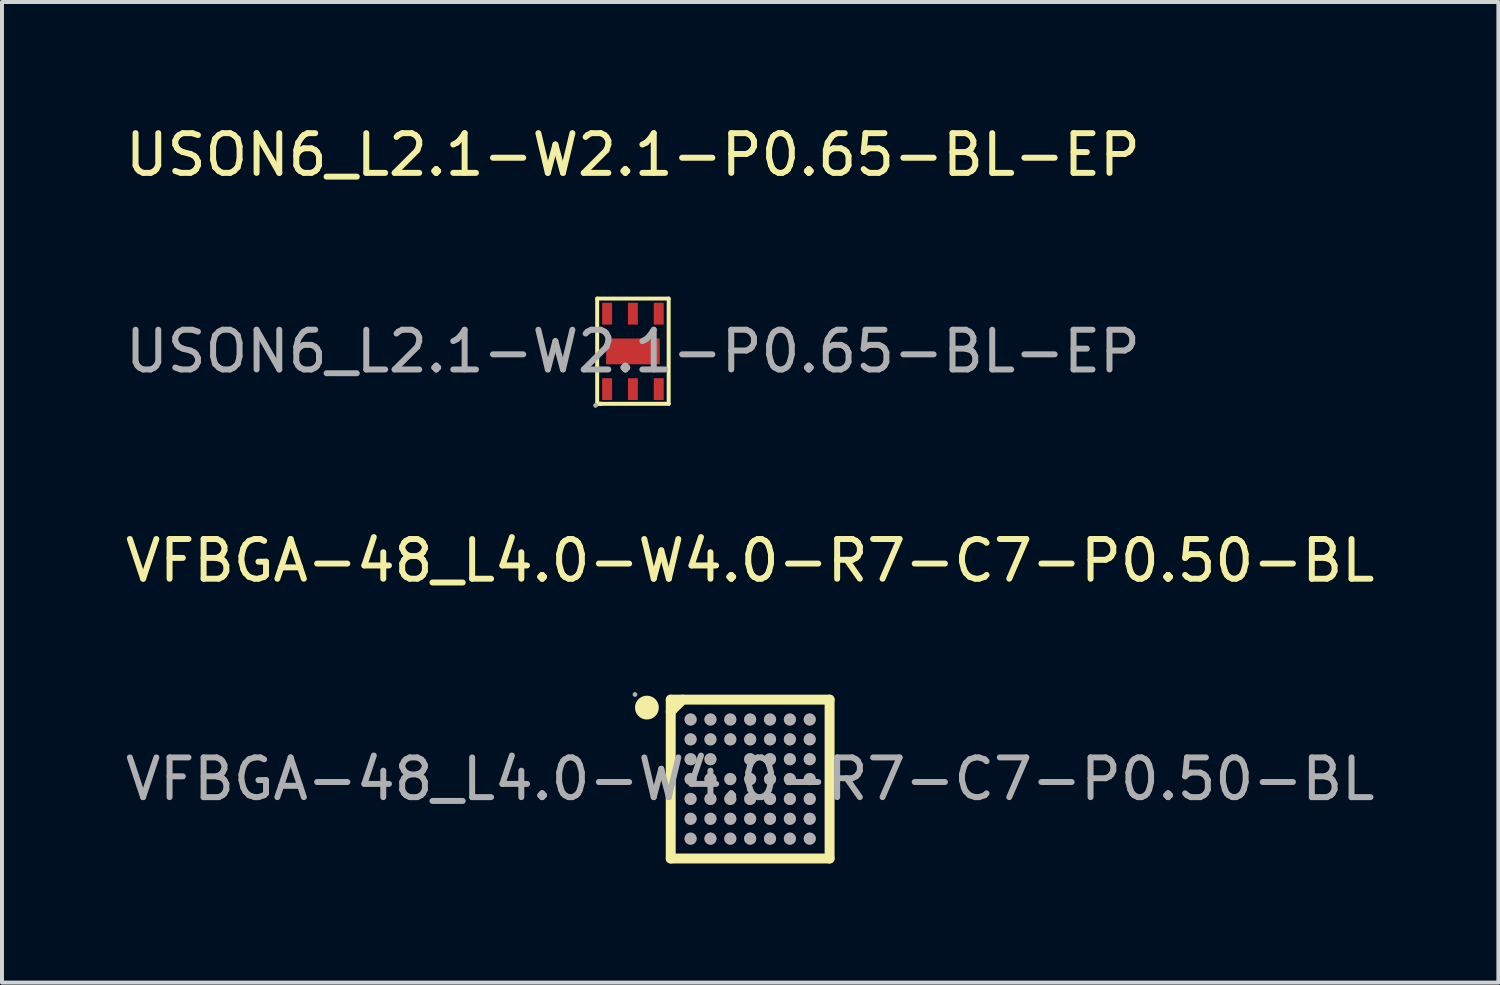
<source format=kicad_pcb>
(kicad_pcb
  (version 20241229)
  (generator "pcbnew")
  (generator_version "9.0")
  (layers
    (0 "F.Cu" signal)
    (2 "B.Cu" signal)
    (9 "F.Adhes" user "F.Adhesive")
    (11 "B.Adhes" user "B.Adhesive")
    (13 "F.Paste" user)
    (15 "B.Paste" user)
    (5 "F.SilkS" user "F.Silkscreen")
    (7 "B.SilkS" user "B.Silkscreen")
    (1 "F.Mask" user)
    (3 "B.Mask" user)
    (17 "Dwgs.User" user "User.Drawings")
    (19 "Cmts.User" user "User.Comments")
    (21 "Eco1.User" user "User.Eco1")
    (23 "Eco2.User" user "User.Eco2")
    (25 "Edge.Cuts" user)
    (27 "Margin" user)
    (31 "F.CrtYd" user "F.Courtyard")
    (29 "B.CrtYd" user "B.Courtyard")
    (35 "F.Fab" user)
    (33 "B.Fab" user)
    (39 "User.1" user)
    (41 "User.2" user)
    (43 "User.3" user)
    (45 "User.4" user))
  (footprint "VFBGA-48_L4.0-W4.0-R7-C7-P0.50-BL"
    (layer "F.Cu")
    (at 15.839 16.567)
    (property "Reference" "VFBGA-48_L4.0-W4.0-R7-C7-P0.50-BL" (at 0 -5.5 0) (layer "F.SilkS") (effects (font (size 1 1) (thickness 0.15))))
    (attr through_hole)
    (fp_line (start -2 -2) (end 2 -2) (stroke (width 0.25) (type solid)) (layer "F.SilkS"))
    (fp_line (start -2 -1.7) (end -1.7 -2) (stroke (width 0.25) (type solid)) (layer "F.SilkS"))
    (fp_line (start -2 2) (end -2 -2) (stroke (width 0.25) (type solid)) (layer "F.SilkS"))
    (fp_line (start 2 -2) (end 2 2) (stroke (width 0.25) (type solid)) (layer "F.SilkS"))
    (fp_line (start 2 2) (end -2 2) (stroke (width 0.25) (type solid)) (layer "F.SilkS"))
    (fp_arc (start -2.45 -1.79) (mid -2.75025 -1.804995) (end -2.449667 -1.800016) (stroke (width 0.3) (type solid)) (layer "F.SilkS"))
    (fp_circle (center -2.9 -2.13) (end -2.87 -2.13) (stroke (width 0.06) (type solid)) (fill no) (layer "F.Fab"))
    (fp_circle (center -1.5 -1.5) (end -1.42 -1.5) (stroke (width 0.15) (type solid)) (fill no) (layer "F.Fab"))
    (fp_circle (center -1.5 -1) (end -1.42 -1) (stroke (width 0.15) (type solid)) (fill no) (layer "F.Fab"))
    (fp_circle (center -1.5 -0.5) (end -1.42 -0.5) (stroke (width 0.15) (type solid)) (fill no) (layer "F.Fab"))
    (fp_circle (center -1.5 0) (end -1.42 0) (stroke (width 0.15) (type solid)) (fill no) (layer "F.Fab"))
    (fp_circle (center -1.5 0.5) (end -1.42 0.5) (stroke (width 0.15) (type solid)) (fill no) (layer "F.Fab"))
    (fp_circle (center -1.5 1) (end -1.42 1) (stroke (width 0.15) (type solid)) (fill no) (layer "F.Fab"))
    (fp_circle (center -1.5 1.5) (end -1.42 1.5) (stroke (width 0.15) (type solid)) (fill no) (layer "F.Fab"))
    (fp_circle (center -1 -1.5) (end -0.92 -1.5) (stroke (width 0.15) (type solid)) (fill no) (layer "F.Fab"))
    (fp_circle (center -1 -1) (end -0.92 -1) (stroke (width 0.15) (type solid)) (fill no) (layer "F.Fab"))
    (fp_circle (center -1 -0.5) (end -0.92 -0.5) (stroke (width 0.15) (type solid)) (fill no) (layer "F.Fab"))
    (fp_circle (center -1 0) (end -0.92 0) (stroke (width 0.15) (type solid)) (fill no) (layer "F.Fab"))
    (fp_circle (center -1 0.5) (end -0.92 0.5) (stroke (width 0.15) (type solid)) (fill no) (layer "F.Fab"))
    (fp_circle (center -1 1) (end -0.92 1) (stroke (width 0.15) (type solid)) (fill no) (layer "F.Fab"))
    (fp_circle (center -1 1.5) (end -0.92 1.5) (stroke (width 0.15) (type solid)) (fill no) (layer "F.Fab"))
    (fp_circle (center -0.5 -1.5) (end -0.42 -1.5) (stroke (width 0.15) (type solid)) (fill no) (layer "F.Fab"))
    (fp_circle (center -0.5 -1) (end -0.42 -1) (stroke (width 0.15) (type solid)) (fill no) (layer "F.Fab"))
    (fp_circle (center -0.5 0) (end -0.42 0) (stroke (width 0.15) (type solid)) (fill no) (layer "F.Fab"))
    (fp_circle (center -0.5 0.5) (end -0.42 0.5) (stroke (width 0.15) (type solid)) (fill no) (layer "F.Fab"))
    (fp_circle (center -0.5 1) (end -0.42 1) (stroke (width 0.15) (type solid)) (fill no) (layer "F.Fab"))
    (fp_circle (center -0.5 1.5) (end -0.42 1.5) (stroke (width 0.15) (type solid)) (fill no) (layer "F.Fab"))
    (fp_circle (center 0 -1.5) (end 0.08 -1.5) (stroke (width 0.15) (type solid)) (fill no) (layer "F.Fab"))
    (fp_circle (center 0 -1) (end 0.08 -1) (stroke (width 0.15) (type solid)) (fill no) (layer "F.Fab"))
    (fp_circle (center 0 -0.5) (end 0.08 -0.5) (stroke (width 0.15) (type solid)) (fill no) (layer "F.Fab"))
    (fp_circle (center 0 0) (end 0.08 0) (stroke (width 0.15) (type solid)) (fill no) (layer "F.Fab"))
    (fp_circle (center 0 0.5) (end 0.08 0.5) (stroke (width 0.15) (type solid)) (fill no) (layer "F.Fab"))
    (fp_circle (center 0 1) (end 0.08 1) (stroke (width 0.15) (type solid)) (fill no) (layer "F.Fab"))
    (fp_circle (center 0 1.5) (end 0.08 1.5) (stroke (width 0.15) (type solid)) (fill no) (layer "F.Fab"))
    (fp_circle (center 0.5 -1.5) (end 0.58 -1.5) (stroke (width 0.15) (type solid)) (fill no) (layer "F.Fab"))
    (fp_circle (center 0.5 -1) (end 0.58 -1) (stroke (width 0.15) (type solid)) (fill no) (layer "F.Fab"))
    (fp_circle (center 0.5 -0.5) (end 0.58 -0.5) (stroke (width 0.15) (type solid)) (fill no) (layer "F.Fab"))
    (fp_circle (center 0.5 0) (end 0.58 0) (stroke (width 0.15) (type solid)) (fill no) (layer "F.Fab"))
    (fp_circle (center 0.5 0.5) (end 0.58 0.5) (stroke (width 0.15) (type solid)) (fill no) (layer "F.Fab"))
    (fp_circle (center 0.5 1) (end 0.58 1) (stroke (width 0.15) (type solid)) (fill no) (layer "F.Fab"))
    (fp_circle (center 0.5 1.5) (end 0.58 1.5) (stroke (width 0.15) (type solid)) (fill no) (layer "F.Fab"))
    (fp_circle (center 1 -1.5) (end 1.08 -1.5) (stroke (width 0.15) (type solid)) (fill no) (layer "F.Fab"))
    (fp_circle (center 1 -1) (end 1.08 -1) (stroke (width 0.15) (type solid)) (fill no) (layer "F.Fab"))
    (fp_circle (center 1 -0.5) (end 1.08 -0.5) (stroke (width 0.15) (type solid)) (fill no) (layer "F.Fab"))
    (fp_circle (center 1 0) (end 1.08 0) (stroke (width 0.15) (type solid)) (fill no) (layer "F.Fab"))
    (fp_circle (center 1 0.5) (end 1.08 0.5) (stroke (width 0.15) (type solid)) (fill no) (layer "F.Fab"))
    (fp_circle (center 1 1) (end 1.08 1) (stroke (width 0.15) (type solid)) (fill no) (layer "F.Fab"))
    (fp_circle (center 1 1.5) (end 1.08 1.5) (stroke (width 0.15) (type solid)) (fill no) (layer "F.Fab"))
    (fp_circle (center 1.5 -1.5) (end 1.58 -1.5) (stroke (width 0.15) (type solid)) (fill no) (layer "F.Fab"))
    (fp_circle (center 1.5 -1) (end 1.58 -1) (stroke (width 0.15) (type solid)) (fill no) (layer "F.Fab"))
    (fp_circle (center 1.5 -0.5) (end 1.58 -0.5) (stroke (width 0.15) (type solid)) (fill no) (layer "F.Fab"))
    (fp_circle (center 1.5 0) (end 1.58 0) (stroke (width 0.15) (type solid)) (fill no) (layer "F.Fab"))
    (fp_circle (center 1.5 0.5) (end 1.58 0.5) (stroke (width 0.15) (type solid)) (fill no) (layer "F.Fab"))
    (fp_circle (center 1.5 1) (end 1.58 1) (stroke (width 0.15) (type solid)) (fill no) (layer "F.Fab"))
    (fp_circle (center 1.5 1.5) (end 1.58 1.5) (stroke (width 0.15) (type solid)) (fill no) (layer "F.Fab"))
    (fp_text user "${REFERENCE}" (at 0 0 0) (layer "F.Fab") (effects (font (size 1 1) (thickness 0.15))))
    (pad "A1" smd circle (at -1.5 -1.5) (size 0.3 0.3) (layers "F.Cu" "F.Mask" "F.Paste"))
    (pad "A2" smd circle (at -1 -1.5) (size 0.3 0.3) (layers "F.Cu" "F.Mask" "F.Paste"))
    (pad "A3" smd circle (at -0.5 -1.5) (size 0.3 0.3) (layers "F.Cu" "F.Mask" "F.Paste"))
    (pad "A4" smd circle (at 0 -1.5) (size 0.3 0.3) (layers "F.Cu" "F.Mask" "F.Paste"))
    (pad "A5" smd circle (at 0.5 -1.5) (size 0.3 0.3) (layers "F.Cu" "F.Mask" "F.Paste"))
    (pad "A6" smd circle (at 1 -1.5) (size 0.3 0.3) (layers "F.Cu" "F.Mask" "F.Paste"))
    (pad "A7" smd circle (at 1.5 -1.5) (size 0.3 0.3) (layers "F.Cu" "F.Mask" "F.Paste"))
    (pad "B1" smd circle (at -1.5 -1) (size 0.3 0.3) (layers "F.Cu" "F.Mask" "F.Paste"))
    (pad "B2" smd circle (at -1 -1) (size 0.3 0.3) (layers "F.Cu" "F.Mask" "F.Paste"))
    (pad "B3" smd circle (at -0.5 -1) (size 0.3 0.3) (layers "F.Cu" "F.Mask" "F.Paste"))
    (pad "B4" smd circle (at 0 -1) (size 0.3 0.3) (layers "F.Cu" "F.Mask" "F.Paste"))
    (pad "B5" smd circle (at 0.5 -1) (size 0.3 0.3) (layers "F.Cu" "F.Mask" "F.Paste"))
    (pad "B6" smd circle (at 1 -1) (size 0.3 0.3) (layers "F.Cu" "F.Mask" "F.Paste"))
    (pad "B7" smd circle (at 1.5 -1) (size 0.3 0.3) (layers "F.Cu" "F.Mask" "F.Paste"))
    (pad "C1" smd circle (at -1.5 -0.5) (size 0.3 0.3) (layers "F.Cu" "F.Mask" "F.Paste"))
    (pad "C2" smd circle (at -1 -0.5) (size 0.3 0.3) (layers "F.Cu" "F.Mask" "F.Paste"))
    (pad "C4" smd circle (at 0 -0.5) (size 0.3 0.3) (layers "F.Cu" "F.Mask" "F.Paste"))
    (pad "C5" smd circle (at 0.5 -0.5) (size 0.3 0.3) (layers "F.Cu" "F.Mask" "F.Paste"))
    (pad "C6" smd circle (at 1 -0.5) (size 0.3 0.3) (layers "F.Cu" "F.Mask" "F.Paste"))
    (pad "C7" smd circle (at 1.5 -0.5) (size 0.3 0.3) (layers "F.Cu" "F.Mask" "F.Paste"))
    (pad "D1" smd circle (at -1.5 0) (size 0.3 0.3) (layers "F.Cu" "F.Mask" "F.Paste"))
    (pad "D2" smd circle (at -1 0) (size 0.3 0.3) (layers "F.Cu" "F.Mask" "F.Paste"))
    (pad "D3" smd circle (at -0.5 0) (size 0.3 0.3) (layers "F.Cu" "F.Mask" "F.Paste"))
    (pad "D4" smd circle (at 0 0) (size 0.3 0.3) (layers "F.Cu" "F.Mask" "F.Paste"))
    (pad "D5" smd circle (at 0.5 0) (size 0.3 0.3) (layers "F.Cu" "F.Mask" "F.Paste"))
    (pad "D6" smd circle (at 1 0) (size 0.3 0.3) (layers "F.Cu" "F.Mask" "F.Paste"))
    (pad "D7" smd circle (at 1.5 0) (size 0.3 0.3) (layers "F.Cu" "F.Mask" "F.Paste"))
    (pad "E1" smd circle (at -1.5 0.5) (size 0.3 0.3) (layers "F.Cu" "F.Mask" "F.Paste"))
    (pad "E2" smd circle (at -1 0.5) (size 0.3 0.3) (layers "F.Cu" "F.Mask" "F.Paste"))
    (pad "E3" smd circle (at -0.5 0.5) (size 0.3 0.3) (layers "F.Cu" "F.Mask" "F.Paste"))
    (pad "E4" smd circle (at 0 0.5) (size 0.3 0.3) (layers "F.Cu" "F.Mask" "F.Paste"))
    (pad "E5" smd circle (at 0.5 0.5) (size 0.3 0.3) (layers "F.Cu" "F.Mask" "F.Paste"))
    (pad "E6" smd circle (at 1 0.5) (size 0.3 0.3) (layers "F.Cu" "F.Mask" "F.Paste"))
    (pad "E7" smd circle (at 1.5 0.5) (size 0.3 0.3) (layers "F.Cu" "F.Mask" "F.Paste"))
    (pad "F1" smd circle (at -1.5 1) (size 0.3 0.3) (layers "F.Cu" "F.Mask" "F.Paste"))
    (pad "F2" smd circle (at -1 1) (size 0.3 0.3) (layers "F.Cu" "F.Mask" "F.Paste"))
    (pad "F3" smd circle (at -0.5 1) (size 0.3 0.3) (layers "F.Cu" "F.Mask" "F.Paste"))
    (pad "F4" smd circle (at 0 1) (size 0.3 0.3) (layers "F.Cu" "F.Mask" "F.Paste"))
    (pad "F5" smd circle (at 0.5 1) (size 0.3 0.3) (layers "F.Cu" "F.Mask" "F.Paste"))
    (pad "F6" smd circle (at 1 1) (size 0.3 0.3) (layers "F.Cu" "F.Mask" "F.Paste"))
    (pad "F7" smd circle (at 1.5 1) (size 0.3 0.3) (layers "F.Cu" "F.Mask" "F.Paste"))
    (pad "G1" smd circle (at -1.5 1.5) (size 0.3 0.3) (layers "F.Cu" "F.Mask" "F.Paste"))
    (pad "G2" smd circle (at -1 1.5) (size 0.3 0.3) (layers "F.Cu" "F.Mask" "F.Paste"))
    (pad "G3" smd circle (at -0.5 1.5) (size 0.3 0.3) (layers "F.Cu" "F.Mask" "F.Paste"))
    (pad "G4" smd circle (at 0 1.5) (size 0.3 0.3) (layers "F.Cu" "F.Mask" "F.Paste"))
    (pad "G5" smd circle (at 0.5 1.5) (size 0.3 0.3) (layers "F.Cu" "F.Mask" "F.Paste"))
    (pad "G6" smd circle (at 1 1.5) (size 0.3 0.3) (layers "F.Cu" "F.Mask" "F.Paste"))
    (pad "G7" smd circle (at 1.5 1.5) (size 0.3 0.3) (layers "F.Cu" "F.Mask" "F.Paste")))
  (footprint "USON6_L2.1-W2.1-P0.65-BL-EP"
    (layer "F.Cu")
    (at 12.887 5.798)
    (property "Reference" "USON6_L2.1-W2.1-P0.65-BL-EP" (at 0 -4.95 0) (layer "F.SilkS") (effects (font (size 1 1) (thickness 0.15))))
    (attr through_hole)
    (fp_line (start -0.9 -1.33) (end -0.9 1.32) (stroke (width 0.1) (type solid)) (layer "F.SilkS"))
    (fp_line (start -0.9 1.32) (end -0.79 1.32) (stroke (width 0.1) (type solid)) (layer "F.SilkS"))
    (fp_line (start -0.85 1.32) (end 0.9 1.32) (stroke (width 0.1) (type solid)) (layer "F.SilkS"))
    (fp_line (start 0.9 -1.33) (end -0.9 -1.33) (stroke (width 0.1) (type solid)) (layer "F.SilkS"))
    (fp_line (start 0.9 1.32) (end 0.9 -1.33) (stroke (width 0.1) (type solid)) (layer "F.SilkS"))
    (fp_circle (center -0.94 1.36) (end -0.91 1.36) (stroke (width 0.06) (type solid)) (fill no) (layer "F.Fab"))
    (fp_text user "${REFERENCE}" (at 0 0 0) (layer "F.Fab") (effects (font (size 1 1) (thickness 0.15))))
    (pad "1" smd rect (at -0.65 0.95 180) (size 0.25 0.55) (layers "F.Cu" "F.Mask" "F.Paste"))
    (pad "2" smd rect (at 0 0.95 180) (size 0.25 0.55) (layers "F.Cu" "F.Mask" "F.Paste"))
    (pad "3" smd rect (at 0.65 0.95 180) (size 0.25 0.55) (layers "F.Cu" "F.Mask" "F.Paste"))
    (pad "4" smd rect (at 0.65 -0.95 180) (size 0.25 0.55) (layers "F.Cu" "F.Mask" "F.Paste"))
    (pad "5" smd rect (at 0 -0.95 180) (size 0.25 0.55) (layers "F.Cu" "F.Mask" "F.Paste"))
    (pad "6" smd rect (at -0.65 -0.95 180) (size 0.25 0.55) (layers "F.Cu" "F.Mask" "F.Paste"))
    (pad "7" smd rect (at 0 0 180) (size 1.35 0.65) (layers "F.Cu" "F.Mask" "F.Paste")))
  (gr_rect
    (start -3 -3)
    (end 34.679 21.692)
    (stroke (width 0.1) (type default))
    (fill no)
    (layer "Edge.Cuts")))
</source>
